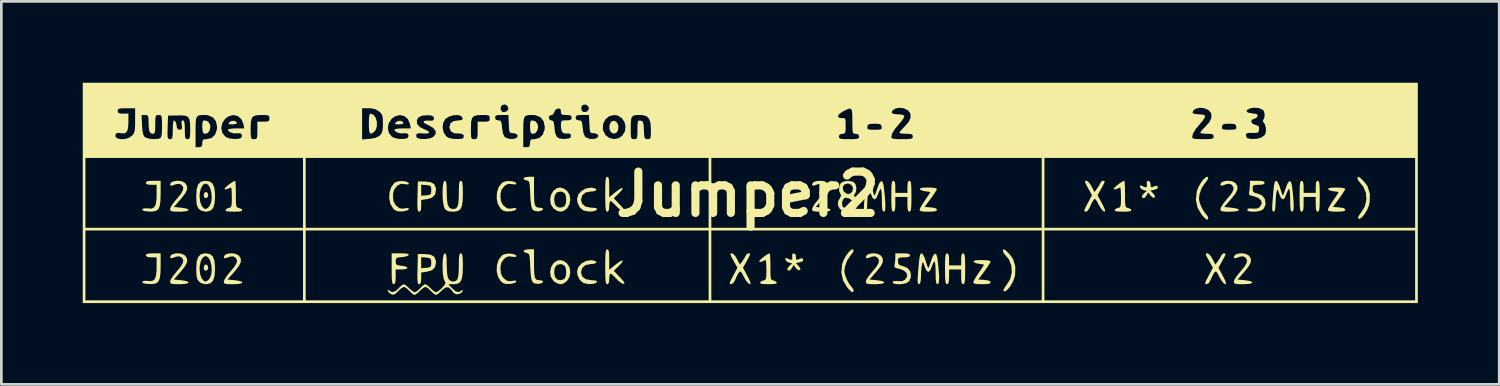
<source format=kicad_pcb>
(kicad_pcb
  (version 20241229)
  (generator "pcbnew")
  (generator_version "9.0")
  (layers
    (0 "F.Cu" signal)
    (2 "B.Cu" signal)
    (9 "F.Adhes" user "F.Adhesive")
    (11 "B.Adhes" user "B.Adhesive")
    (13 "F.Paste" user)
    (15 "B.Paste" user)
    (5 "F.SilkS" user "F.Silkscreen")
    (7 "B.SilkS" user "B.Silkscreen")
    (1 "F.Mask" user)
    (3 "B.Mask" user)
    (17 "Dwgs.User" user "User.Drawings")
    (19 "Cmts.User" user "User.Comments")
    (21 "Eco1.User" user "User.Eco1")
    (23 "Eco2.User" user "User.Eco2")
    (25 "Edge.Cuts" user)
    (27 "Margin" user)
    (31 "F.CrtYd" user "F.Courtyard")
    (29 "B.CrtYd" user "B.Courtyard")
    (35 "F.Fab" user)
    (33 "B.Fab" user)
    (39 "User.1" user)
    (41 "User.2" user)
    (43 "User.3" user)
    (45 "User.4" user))
  (footprint "Jumper2"
    (layer "F.Cu")
    (at 24.509 4.11)
    (property "Reference" "Jumper2" (at 0 0 0) (layer "F.SilkS") (effects (font (size 1.524 1.524) (thickness 0.3))))
    (attr board_only exclude_from_pos_files exclude_from_bom)
    (fp_poly (pts (xy -19.933 -0.076) (xy -19.888 -0.011) (xy -19.888 0.078) (xy -19.889 0.082) (xy -19.948 0.144) (xy -20.018 0.132) (xy -20.053 0.055) (xy -20.053 0.052) (xy -20.027 -0.044) (xy -19.998 -0.078)) (stroke (width 0) (type solid)) (fill yes) (layer "F.SilkS"))
    (fp_poly (pts (xy -19.933 2.598) (xy -19.888 2.662) (xy -19.888 2.752) (xy -19.889 2.756) (xy -19.948 2.817) (xy -20.018 2.806) (xy -20.053 2.729) (xy -20.053 2.726) (xy -20.027 2.629) (xy -19.998 2.596)) (stroke (width 0) (type solid)) (fill yes) (layer "F.SilkS"))
    (fp_poly (pts (xy -18.835 -2.654) (xy -18.827 -2.637) (xy -18.852 -2.592) (xy -18.968 -2.575) (xy -18.99 -2.575) (xy -19.105 -2.58) (xy -19.139 -2.603) (xy -19.11 -2.651) (xy -19.019 -2.705) (xy -18.912 -2.705)) (stroke (width 0) (type solid)) (fill yes) (layer "F.SilkS"))
    (fp_poly (pts (xy -12.696 -2.654) (xy -12.687 -2.637) (xy -12.712 -2.592) (xy -12.828 -2.575) (xy -12.85 -2.575) (xy -12.966 -2.58) (xy -12.999 -2.603) (xy -12.97 -2.651) (xy -12.879 -2.705) (xy -12.772 -2.705)) (stroke (width 0) (type solid)) (fill yes) (layer "F.SilkS"))
    (fp_poly (pts (xy -19.887 -2.681) (xy -19.816 -2.565) (xy -19.805 -2.476) (xy -19.834 -2.344) (xy -19.906 -2.254) (xy -19.997 -2.225) (xy -20.069 -2.261) (xy -20.089 -2.327) (xy -20.101 -2.453) (xy -20.102 -2.509) (xy -20.094 -2.646) (xy -20.064 -2.71) (xy -20.013 -2.723)) (stroke (width 0) (type solid)) (fill yes) (layer "F.SilkS"))
    (fp_poly (pts (xy -7.806 -2.681) (xy -7.735 -2.565) (xy -7.724 -2.476) (xy -7.753 -2.344) (xy -7.825 -2.254) (xy -7.916 -2.225) (xy -7.988 -2.261) (xy -8.008 -2.327) (xy -8.02 -2.453) (xy -8.021 -2.509) (xy -8.013 -2.646) (xy -7.983 -2.71) (xy -7.932 -2.723)) (stroke (width 0) (type solid)) (fill yes) (layer "F.SilkS"))
    (fp_poly (pts (xy -4.829 -2.664) (xy -4.77 -2.548) (xy -4.762 -2.505) (xy -4.775 -2.36) (xy -4.839 -2.264) (xy -4.933 -2.233) (xy -5.036 -2.283) (xy -5.04 -2.287) (xy -5.092 -2.398) (xy -5.091 -2.539) (xy -5.04 -2.658) (xy -5.021 -2.677) (xy -4.92 -2.712)) (stroke (width 0) (type solid)) (fill yes) (layer "F.SilkS"))
    (fp_poly (pts (xy -13.786 -2.927) (xy -13.709 -2.817) (xy -13.666 -2.667) (xy -13.665 -2.508) (xy -13.71 -2.368) (xy -13.756 -2.31) (xy -13.85 -2.24) (xy -13.911 -2.238) (xy -13.946 -2.312) (xy -13.961 -2.471) (xy -13.963 -2.599) (xy -13.958 -2.798) (xy -13.943 -2.914) (xy -13.914 -2.965) (xy -13.892 -2.971)) (stroke (width 0) (type solid)) (fill yes) (layer "F.SilkS"))
    (fp_poly (pts (xy -7.873 -0.153) (xy -7.87 0.112) (xy -7.86 0.293) (xy -7.836 0.406) (xy -7.795 0.467) (xy -7.73 0.491) (xy -7.665 0.495) (xy -7.561 0.514) (xy -7.538 0.558) (xy -7.591 0.605) (xy -7.707 0.634) (xy -7.858 0.614) (xy -7.926 0.564) (xy -7.969 0.457) (xy -7.998 0.252) (xy -8.013 -0.005) (xy -8.023 -0.228) (xy -8.035 -0.371) (xy -8.055 -0.452) (xy -8.087 -0.491) (xy -8.133 -0.505) (xy -8.239 -0.539) (xy -8.259 -0.586) (xy -8.199 -0.627) (xy -8.075 -0.644) (xy -7.873 -0.644)) (stroke (width 0) (type solid)) (fill yes) (layer "F.SilkS"))
    (fp_poly (pts (xy -7.873 2.521) (xy -7.87 2.786) (xy -7.86 2.967) (xy -7.836 3.08) (xy -7.795 3.141) (xy -7.73 3.165) (xy -7.665 3.169) (xy -7.561 3.188) (xy -7.538 3.231) (xy -7.591 3.278) (xy -7.707 3.307) (xy -7.858 3.288) (xy -7.926 3.238) (xy -7.969 3.131) (xy -7.998 2.926) (xy -8.013 2.669) (xy -8.023 2.446) (xy -8.035 2.303) (xy -8.055 2.221) (xy -8.087 2.183) (xy -8.133 2.169) (xy -8.239 2.134) (xy -8.259 2.088) (xy -8.199 2.047) (xy -8.075 2.03) (xy -7.873 2.03)) (stroke (width 0) (type solid)) (fill yes) (layer "F.SilkS"))
    (fp_poly (pts (xy 9.509 2.066) (xy 9.602 2.154) (xy 9.7 2.267) (xy 9.777 2.376) (xy 9.791 2.401) (xy 9.869 2.666) (xy 9.862 2.96) (xy 9.83 3.099) (xy 9.768 3.251) (xy 9.682 3.394) (xy 9.589 3.508) (xy 9.503 3.576) (xy 9.442 3.578) (xy 9.434 3.567) (xy 9.443 3.501) (xy 9.506 3.395) (xy 9.549 3.343) (xy 9.681 3.126) (xy 9.74 2.88) (xy 9.724 2.631) (xy 9.634 2.405) (xy 9.53 2.276) (xy 9.444 2.174) (xy 9.407 2.085) (xy 9.426 2.034) (xy 9.448 2.03)) (stroke (width 0) (type solid)) (fill yes) (layer "F.SilkS"))
    (fp_poly (pts (xy 22.581 -0.608) (xy 22.674 -0.52) (xy 22.771 -0.407) (xy 22.848 -0.298) (xy 22.862 -0.272) (xy 22.94 -0.008) (xy 22.933 0.286) (xy 22.901 0.425) (xy 22.839 0.577) (xy 22.754 0.72) (xy 22.66 0.835) (xy 22.575 0.902) (xy 22.514 0.904) (xy 22.505 0.894) (xy 22.515 0.827) (xy 22.578 0.722) (xy 22.62 0.669) (xy 22.753 0.452) (xy 22.811 0.206) (xy 22.795 -0.043) (xy 22.705 -0.269) (xy 22.601 -0.397) (xy 22.516 -0.499) (xy 22.479 -0.589) (xy 22.498 -0.64) (xy 22.519 -0.644)) (stroke (width 0) (type solid)) (fill yes) (layer "F.SilkS"))
    (fp_poly (pts (xy -21.637 -0.036) (xy -21.644 0.24) (xy -21.671 0.432) (xy -21.725 0.553) (xy -21.814 0.617) (xy -21.945 0.639) (xy -21.999 0.64) (xy -22.144 0.632) (xy -22.251 0.616) (xy -22.269 0.611) (xy -22.318 0.57) (xy -22.291 0.535) (xy -22.209 0.516) (xy -22.111 0.522) (xy -21.968 0.529) (xy -21.872 0.48) (xy -21.814 0.362) (xy -21.789 0.164) (xy -21.786 0.021) (xy -21.786 -0.347) (xy -21.984 -0.347) (xy -22.121 -0.359) (xy -22.178 -0.4) (xy -22.182 -0.421) (xy -22.157 -0.466) (xy -22.071 -0.489) (xy -21.909 -0.495) (xy -21.637 -0.495)) (stroke (width 0) (type solid)) (fill yes) (layer "F.SilkS"))
    (fp_poly (pts (xy -21.637 2.638) (xy -21.644 2.914) (xy -21.671 3.105) (xy -21.725 3.226) (xy -21.814 3.291) (xy -21.945 3.313) (xy -21.999 3.313) (xy -22.144 3.305) (xy -22.251 3.29) (xy -22.269 3.284) (xy -22.318 3.244) (xy -22.291 3.208) (xy -22.209 3.19) (xy -22.111 3.196) (xy -21.968 3.203) (xy -21.872 3.153) (xy -21.814 3.035) (xy -21.789 2.838) (xy -21.786 2.695) (xy -21.786 2.327) (xy -21.984 2.327) (xy -22.121 2.315) (xy -22.178 2.274) (xy -22.182 2.253) (xy -22.157 2.208) (xy -22.071 2.185) (xy -21.909 2.179) (xy -21.637 2.179)) (stroke (width 0) (type solid)) (fill yes) (layer "F.SilkS"))
    (fp_poly (pts (xy -5.648 -0.224) (xy -5.573 -0.182) (xy -5.584 -0.14) (xy -5.669 -0.109) (xy -5.788 -0.099) (xy -5.974 -0.063) (xy -6.094 0.04) (xy -6.14 0.199) (xy -6.14 0.207) (xy -6.097 0.356) (xy -5.975 0.454) (xy -5.783 0.495) (xy -5.752 0.495) (xy -5.625 0.505) (xy -5.552 0.528) (xy -5.545 0.539) (xy -5.589 0.598) (xy -5.698 0.631) (xy -5.843 0.638) (xy -5.993 0.615) (xy -6.072 0.586) (xy -6.19 0.48) (xy -6.268 0.316) (xy -6.288 0.178) (xy -6.243 0.016) (xy -6.125 -0.119) (xy -5.961 -0.211) (xy -5.774 -0.244)) (stroke (width 0) (type solid)) (fill yes) (layer "F.SilkS"))
    (fp_poly (pts (xy -5.648 2.45) (xy -5.573 2.492) (xy -5.584 2.534) (xy -5.669 2.565) (xy -5.788 2.575) (xy -5.974 2.611) (xy -6.094 2.714) (xy -6.14 2.873) (xy -6.14 2.88) (xy -6.097 3.029) (xy -5.975 3.128) (xy -5.783 3.168) (xy -5.752 3.169) (xy -5.625 3.178) (xy -5.552 3.202) (xy -5.545 3.213) (xy -5.589 3.271) (xy -5.698 3.305) (xy -5.843 3.312) (xy -5.993 3.289) (xy -6.072 3.259) (xy -6.19 3.154) (xy -6.268 2.99) (xy -6.288 2.851) (xy -6.243 2.69) (xy -6.125 2.555) (xy -5.961 2.463) (xy -5.774 2.43)) (stroke (width 0) (type solid)) (fill yes) (layer "F.SilkS"))
    (fp_poly (pts (xy 3.911 2.061) (xy 3.883 2.143) (xy 3.793 2.26) (xy 3.787 2.267) (xy 3.666 2.451) (xy 3.587 2.677) (xy 3.566 2.847) (xy 3.593 2.979) (xy 3.659 3.145) (xy 3.744 3.302) (xy 3.827 3.408) (xy 3.829 3.41) (xy 3.893 3.491) (xy 3.91 3.571) (xy 3.876 3.614) (xy 3.866 3.614) (xy 3.81 3.579) (xy 3.719 3.49) (xy 3.67 3.432) (xy 3.517 3.173) (xy 3.455 2.881) (xy 3.487 2.571) (xy 3.489 2.565) (xy 3.548 2.409) (xy 3.638 2.253) (xy 3.738 2.121) (xy 3.832 2.042) (xy 3.871 2.03)) (stroke (width 0) (type solid)) (fill yes) (layer "F.SilkS"))
    (fp_poly (pts (xy 16.982 -0.613) (xy 16.954 -0.531) (xy 16.865 -0.413) (xy 16.858 -0.406) (xy 16.738 -0.223) (xy 16.658 0.004) (xy 16.638 0.173) (xy 16.665 0.305) (xy 16.73 0.471) (xy 16.815 0.629) (xy 16.898 0.734) (xy 16.901 0.736) (xy 16.964 0.817) (xy 16.982 0.897) (xy 16.947 0.94) (xy 16.937 0.941) (xy 16.881 0.906) (xy 16.791 0.816) (xy 16.741 0.759) (xy 16.588 0.499) (xy 16.526 0.207) (xy 16.559 -0.103) (xy 16.56 -0.109) (xy 16.619 -0.264) (xy 16.709 -0.421) (xy 16.81 -0.552) (xy 16.903 -0.632) (xy 16.943 -0.644)) (stroke (width 0) (type solid)) (fill yes) (layer "F.SilkS"))
    (fp_poly (pts (xy -12.61 2.184) (xy -12.512 2.203) (xy -12.488 2.237) (xy -12.489 2.24) (xy -12.547 2.281) (xy -12.671 2.31) (xy -12.741 2.317) (xy -12.882 2.331) (xy -12.949 2.36) (xy -12.971 2.423) (xy -12.972 2.475) (xy -12.963 2.567) (xy -12.918 2.611) (xy -12.809 2.63) (xy -12.766 2.634) (xy -12.61 2.66) (xy -12.539 2.701) (xy -12.556 2.742) (xy -12.662 2.769) (xy -12.745 2.773) (xy -12.972 2.773) (xy -12.972 3.045) (xy -12.979 3.209) (xy -13.002 3.294) (xy -13.047 3.317) (xy -13.079 3.302) (xy -13.101 3.246) (xy -13.114 3.134) (xy -13.12 2.951) (xy -13.121 2.748) (xy -13.121 2.179) (xy -12.795 2.179)) (stroke (width 0) (type solid)) (fill yes) (layer "F.SilkS"))
    (fp_poly (pts (xy -11.89 -0.468) (xy -11.682 -0.444) (xy -11.554 -0.372) (xy -11.494 -0.242) (xy -11.487 -0.149) (xy -11.524 0.02) (xy -11.637 0.129) (xy -11.823 0.183) (xy -12.032 0.211) (xy -12.032 0.427) (xy -12.041 0.571) (xy -12.076 0.635) (xy -12.107 0.644) (xy -12.141 0.63) (xy -12.161 0.58) (xy -12.172 0.476) (xy -12.174 0.304) (xy -12.169 0.087) (xy -12.158 -0.353) (xy -12.032 -0.353) (xy -12.032 0.055) (xy -11.846 0.04) (xy -11.724 0.023) (xy -11.672 -0.021) (xy -11.66 -0.122) (xy -11.66 -0.149) (xy -11.668 -0.263) (xy -11.711 -0.315) (xy -11.818 -0.335) (xy -11.846 -0.337) (xy -12.032 -0.353) (xy -12.158 -0.353) (xy -12.155 -0.47)) (stroke (width 0) (type solid)) (fill yes) (layer "F.SilkS"))
    (fp_poly (pts (xy -11.89 2.206) (xy -11.682 2.229) (xy -11.554 2.302) (xy -11.494 2.431) (xy -11.487 2.525) (xy -11.524 2.693) (xy -11.637 2.803) (xy -11.823 2.857) (xy -12.032 2.885) (xy -12.032 3.101) (xy -12.041 3.245) (xy -12.076 3.309) (xy -12.107 3.317) (xy -12.141 3.304) (xy -12.161 3.254) (xy -12.172 3.15) (xy -12.174 2.978) (xy -12.169 2.76) (xy -12.158 2.321) (xy -12.032 2.321) (xy -12.032 2.729) (xy -11.846 2.714) (xy -11.724 2.697) (xy -11.672 2.652) (xy -11.66 2.552) (xy -11.66 2.525) (xy -11.668 2.411) (xy -11.711 2.359) (xy -11.818 2.339) (xy -11.846 2.336) (xy -12.032 2.321) (xy -12.158 2.321) (xy -12.155 2.203)) (stroke (width 0) (type solid)) (fill yes) (layer "F.SilkS"))
    (fp_poly (pts (xy -12.578 -0.464) (xy -12.497 -0.42) (xy -12.488 -0.405) (xy -12.497 -0.365) (xy -12.575 -0.362) (xy -12.643 -0.373) (xy -12.78 -0.383) (xy -12.882 -0.336) (xy -12.945 -0.28) (xy -13.032 -0.164) (xy -13.068 -0.023) (xy -13.071 0.074) (xy -13.056 0.246) (xy -12.997 0.369) (xy -12.945 0.428) (xy -12.837 0.514) (xy -12.726 0.533) (xy -12.643 0.522) (xy -12.525 0.508) (xy -12.485 0.53) (xy -12.488 0.554) (xy -12.549 0.598) (xy -12.677 0.628) (xy -12.73 0.634) (xy -12.886 0.632) (xy -12.992 0.592) (xy -13.068 0.524) (xy -13.168 0.357) (xy -13.211 0.151) (xy -13.2 -0.064) (xy -13.137 -0.26) (xy -13.026 -0.408) (xy -12.97 -0.447) (xy -12.852 -0.481) (xy -12.709 -0.485)) (stroke (width 0) (type solid)) (fill yes) (layer "F.SilkS"))
    (fp_poly (pts (xy -8.617 -0.464) (xy -8.536 -0.42) (xy -8.527 -0.405) (xy -8.536 -0.365) (xy -8.614 -0.362) (xy -8.682 -0.373) (xy -8.819 -0.383) (xy -8.921 -0.336) (xy -8.984 -0.28) (xy -9.071 -0.164) (xy -9.106 -0.023) (xy -9.11 0.074) (xy -9.094 0.246) (xy -9.036 0.369) (xy -8.984 0.428) (xy -8.876 0.514) (xy -8.765 0.533) (xy -8.682 0.522) (xy -8.564 0.508) (xy -8.524 0.53) (xy -8.527 0.554) (xy -8.587 0.598) (xy -8.716 0.628) (xy -8.769 0.634) (xy -8.925 0.632) (xy -9.031 0.592) (xy -9.107 0.524) (xy -9.207 0.357) (xy -9.25 0.151) (xy -9.239 -0.064) (xy -9.176 -0.26) (xy -9.065 -0.408) (xy -9.009 -0.447) (xy -8.891 -0.481) (xy -8.748 -0.485)) (stroke (width 0) (type solid)) (fill yes) (layer "F.SilkS"))
    (fp_poly (pts (xy -8.617 2.21) (xy -8.536 2.253) (xy -8.527 2.268) (xy -8.536 2.308) (xy -8.614 2.311) (xy -8.682 2.301) (xy -8.819 2.291) (xy -8.921 2.338) (xy -8.984 2.394) (xy -9.071 2.51) (xy -9.106 2.65) (xy -9.11 2.748) (xy -9.094 2.92) (xy -9.036 3.043) (xy -8.984 3.102) (xy -8.876 3.187) (xy -8.765 3.207) (xy -8.682 3.195) (xy -8.564 3.182) (xy -8.524 3.203) (xy -8.527 3.227) (xy -8.587 3.272) (xy -8.716 3.302) (xy -8.769 3.307) (xy -8.925 3.306) (xy -9.031 3.266) (xy -9.107 3.197) (xy -9.207 3.03) (xy -9.25 2.825) (xy -9.239 2.61) (xy -9.176 2.413) (xy -9.065 2.266) (xy -9.009 2.227) (xy -8.891 2.193) (xy -8.748 2.188)) (stroke (width 0) (type solid)) (fill yes) (layer "F.SilkS"))
    (fp_poly (pts (xy -6.784 -0.213) (xy -6.661 -0.13) (xy -6.657 -0.126) (xy -6.561 0.027) (xy -6.535 0.202) (xy -6.568 0.376) (xy -6.655 0.524) (xy -6.787 0.62) (xy -6.907 0.644) (xy -7.03 0.609) (xy -7.153 0.526) (xy -7.157 0.522) (xy -7.253 0.37) (xy -7.279 0.198) (xy -7.13 0.198) (xy -7.102 0.375) (xy -7.017 0.472) (xy -6.907 0.495) (xy -6.793 0.468) (xy -6.744 0.436) (xy -6.7 0.338) (xy -6.686 0.194) (xy -6.702 0.051) (xy -6.744 -0.04) (xy -6.84 -0.089) (xy -6.907 -0.099) (xy -7.039 -0.062) (xy -7.112 0.052) (xy -7.13 0.198) (xy -7.279 0.198) (xy -7.279 0.194) (xy -7.246 0.02) (xy -7.159 -0.128) (xy -7.027 -0.224) (xy -6.907 -0.248)) (stroke (width 0) (type solid)) (fill yes) (layer "F.SilkS"))
    (fp_poly (pts (xy -6.784 2.46) (xy -6.661 2.543) (xy -6.657 2.548) (xy -6.561 2.7) (xy -6.535 2.876) (xy -6.568 3.05) (xy -6.655 3.197) (xy -6.787 3.294) (xy -6.907 3.317) (xy -7.03 3.283) (xy -7.153 3.2) (xy -7.157 3.196) (xy -7.253 3.043) (xy -7.279 2.872) (xy -7.13 2.872) (xy -7.102 3.048) (xy -7.017 3.146) (xy -6.907 3.169) (xy -6.793 3.142) (xy -6.744 3.109) (xy -6.7 3.012) (xy -6.686 2.867) (xy -6.702 2.724) (xy -6.744 2.634) (xy -6.84 2.584) (xy -6.907 2.575) (xy -7.039 2.612) (xy -7.112 2.725) (xy -7.13 2.872) (xy -7.279 2.872) (xy -7.279 2.868) (xy -7.246 2.694) (xy -7.159 2.546) (xy -7.027 2.45) (xy -6.907 2.426)) (stroke (width 0) (type solid)) (fill yes) (layer "F.SilkS"))
    (fp_poly (pts (xy -20.859 -0.478) (xy -20.746 -0.421) (xy -20.729 -0.405) (xy -20.662 -0.296) (xy -20.661 -0.177) (xy -20.731 -0.032) (xy -20.874 0.155) (xy -20.899 0.183) (xy -21.151 0.47) (xy -20.89 0.495) (xy -20.703 0.524) (xy -20.612 0.561) (xy -20.613 0.598) (xy -20.704 0.628) (xy -20.884 0.643) (xy -20.94 0.644) (xy -21.123 0.641) (xy -21.229 0.629) (xy -21.277 0.602) (xy -21.29 0.554) (xy -21.29 0.545) (xy -21.259 0.462) (xy -21.175 0.334) (xy -21.056 0.188) (xy -21.043 0.173) (xy -20.889 -0.013) (xy -20.812 -0.155) (xy -20.807 -0.262) (xy -20.869 -0.346) (xy -20.95 -0.384) (xy -21.062 -0.373) (xy -21.204 -0.322) (xy -21.276 -0.317) (xy -21.29 -0.361) (xy -21.248 -0.437) (xy -21.141 -0.483) (xy -21.001 -0.498)) (stroke (width 0) (type solid)) (fill yes) (layer "F.SilkS"))
    (fp_poly (pts (xy -20.859 2.196) (xy -20.746 2.253) (xy -20.729 2.269) (xy -20.662 2.377) (xy -20.661 2.497) (xy -20.731 2.642) (xy -20.874 2.828) (xy -20.899 2.856) (xy -21.151 3.144) (xy -20.89 3.169) (xy -20.703 3.198) (xy -20.612 3.234) (xy -20.613 3.271) (xy -20.704 3.301) (xy -20.884 3.317) (xy -20.94 3.317) (xy -21.123 3.315) (xy -21.229 3.303) (xy -21.277 3.276) (xy -21.29 3.228) (xy -21.29 3.219) (xy -21.259 3.136) (xy -21.175 3.008) (xy -21.056 2.862) (xy -21.043 2.847) (xy -20.889 2.66) (xy -20.812 2.519) (xy -20.807 2.412) (xy -20.869 2.327) (xy -20.95 2.289) (xy -21.062 2.301) (xy -21.204 2.352) (xy -21.276 2.357) (xy -21.29 2.313) (xy -21.248 2.237) (xy -21.141 2.191) (xy -21.001 2.176)) (stroke (width 0) (type solid)) (fill yes) (layer "F.SilkS"))
    (fp_poly (pts (xy -18.879 2.196) (xy -18.765 2.253) (xy -18.748 2.269) (xy -18.682 2.377) (xy -18.681 2.497) (xy -18.75 2.642) (xy -18.894 2.828) (xy -18.918 2.856) (xy -19.171 3.144) (xy -18.91 3.169) (xy -18.723 3.198) (xy -18.631 3.234) (xy -18.632 3.271) (xy -18.724 3.301) (xy -18.903 3.317) (xy -18.959 3.317) (xy -19.143 3.315) (xy -19.248 3.303) (xy -19.297 3.276) (xy -19.31 3.228) (xy -19.31 3.219) (xy -19.278 3.136) (xy -19.194 3.008) (xy -19.076 2.862) (xy -19.062 2.847) (xy -18.909 2.66) (xy -18.831 2.519) (xy -18.827 2.412) (xy -18.889 2.327) (xy -18.969 2.289) (xy -19.081 2.301) (xy -19.223 2.352) (xy -19.295 2.357) (xy -19.31 2.313) (xy -19.267 2.237) (xy -19.161 2.191) (xy -19.021 2.176)) (stroke (width 0) (type solid)) (fill yes) (layer "F.SilkS"))
    (fp_poly (pts (xy 2.808 -0.478) (xy 2.921 -0.421) (xy 2.938 -0.405) (xy 3.005 -0.296) (xy 3.006 -0.177) (xy 2.936 -0.032) (xy 2.793 0.155) (xy 2.768 0.183) (xy 2.516 0.47) (xy 2.777 0.495) (xy 2.964 0.524) (xy 3.055 0.561) (xy 3.054 0.598) (xy 2.963 0.628) (xy 2.783 0.643) (xy 2.727 0.644) (xy 2.544 0.641) (xy 2.438 0.629) (xy 2.39 0.602) (xy 2.377 0.554) (xy 2.377 0.545) (xy 2.408 0.462) (xy 2.492 0.334) (xy 2.611 0.188) (xy 2.624 0.173) (xy 2.778 -0.013) (xy 2.855 -0.155) (xy 2.86 -0.262) (xy 2.798 -0.346) (xy 2.717 -0.384) (xy 2.605 -0.373) (xy 2.463 -0.322) (xy 2.391 -0.317) (xy 2.377 -0.361) (xy 2.419 -0.437) (xy 2.526 -0.483) (xy 2.666 -0.498)) (stroke (width 0) (type solid)) (fill yes) (layer "F.SilkS"))
    (fp_poly (pts (xy 4.788 2.196) (xy 4.902 2.253) (xy 4.919 2.269) (xy 4.985 2.377) (xy 4.986 2.497) (xy 4.917 2.642) (xy 4.773 2.828) (xy 4.749 2.856) (xy 4.497 3.144) (xy 4.757 3.169) (xy 4.944 3.198) (xy 5.036 3.234) (xy 5.035 3.271) (xy 4.943 3.301) (xy 4.764 3.317) (xy 4.708 3.317) (xy 4.524 3.315) (xy 4.419 3.303) (xy 4.37 3.276) (xy 4.357 3.228) (xy 4.357 3.219) (xy 4.389 3.136) (xy 4.473 3.008) (xy 4.591 2.862) (xy 4.605 2.847) (xy 4.758 2.66) (xy 4.836 2.519) (xy 4.84 2.412) (xy 4.778 2.327) (xy 4.698 2.289) (xy 4.586 2.301) (xy 4.444 2.352) (xy 4.372 2.357) (xy 4.357 2.313) (xy 4.4 2.237) (xy 4.506 2.191) (xy 4.646 2.176)) (stroke (width 0) (type solid)) (fill yes) (layer "F.SilkS"))
    (fp_poly (pts (xy 17.86 -0.478) (xy 17.973 -0.421) (xy 17.99 -0.405) (xy 18.057 -0.296) (xy 18.058 -0.177) (xy 17.988 -0.032) (xy 17.844 0.155) (xy 17.82 0.183) (xy 17.568 0.47) (xy 17.829 0.495) (xy 18.016 0.524) (xy 18.107 0.561) (xy 18.106 0.598) (xy 18.014 0.628) (xy 17.835 0.643) (xy 17.779 0.644) (xy 17.596 0.641) (xy 17.49 0.629) (xy 17.441 0.602) (xy 17.429 0.554) (xy 17.428 0.545) (xy 17.46 0.462) (xy 17.544 0.334) (xy 17.663 0.188) (xy 17.676 0.173) (xy 17.83 -0.013) (xy 17.907 -0.155) (xy 17.912 -0.262) (xy 17.85 -0.346) (xy 17.769 -0.384) (xy 17.657 -0.373) (xy 17.515 -0.322) (xy 17.443 -0.317) (xy 17.428 -0.361) (xy 17.471 -0.437) (xy 17.578 -0.483) (xy 17.718 -0.498)) (stroke (width 0) (type solid)) (fill yes) (layer "F.SilkS"))
    (fp_poly (pts (xy 18.355 2.196) (xy 18.468 2.253) (xy 18.485 2.269) (xy 18.552 2.377) (xy 18.553 2.497) (xy 18.483 2.642) (xy 18.34 2.828) (xy 18.315 2.856) (xy 18.063 3.144) (xy 18.324 3.169) (xy 18.511 3.198) (xy 18.602 3.234) (xy 18.601 3.271) (xy 18.51 3.301) (xy 18.33 3.317) (xy 18.274 3.317) (xy 18.091 3.315) (xy 17.985 3.303) (xy 17.937 3.276) (xy 17.924 3.228) (xy 17.924 3.219) (xy 17.955 3.136) (xy 18.039 3.008) (xy 18.158 2.862) (xy 18.171 2.847) (xy 18.325 2.66) (xy 18.402 2.519) (xy 18.407 2.412) (xy 18.345 2.327) (xy 18.264 2.289) (xy 18.152 2.301) (xy 18.01 2.352) (xy 17.938 2.357) (xy 17.924 2.313) (xy 17.966 2.237) (xy 18.073 2.191) (xy 18.213 2.176)) (stroke (width 0) (type solid)) (fill yes) (layer "F.SilkS"))
    (fp_poly (pts (xy 1.768 2.221) (xy 1.782 2.302) (xy 1.792 2.4) (xy 1.837 2.419) (xy 1.929 2.378) (xy 2.011 2.357) (xy 2.049 2.404) (xy 2.039 2.466) (xy 1.943 2.505) (xy 1.928 2.508) (xy 1.778 2.538) (xy 1.883 2.65) (xy 1.949 2.74) (xy 1.937 2.793) (xy 1.928 2.799) (xy 1.855 2.792) (xy 1.782 2.722) (xy 1.696 2.608) (xy 1.638 2.715) (xy 1.564 2.808) (xy 1.493 2.811) (xy 1.465 2.779) (xy 1.478 2.719) (xy 1.541 2.644) (xy 1.643 2.551) (xy 1.528 2.523) (xy 1.431 2.469) (xy 1.395 2.407) (xy 1.395 2.348) (xy 1.448 2.357) (xy 1.478 2.373) (xy 1.595 2.421) (xy 1.648 2.399) (xy 1.646 2.304) (xy 1.646 2.302) (xy 1.646 2.206) (xy 1.702 2.179) (xy 1.702 2.179)) (stroke (width 0) (type solid)) (fill yes) (layer "F.SilkS"))
    (fp_poly (pts (xy 5.999 -0.48) (xy 6.021 -0.424) (xy 6.033 -0.312) (xy 6.039 -0.128) (xy 6.041 0.074) (xy 6.039 0.324) (xy 6.031 0.491) (xy 6.017 0.589) (xy 5.993 0.635) (xy 5.966 0.644) (xy 5.921 0.619) (xy 5.898 0.533) (xy 5.892 0.371) (xy 5.892 0.099) (xy 5.446 0.099) (xy 5.446 0.371) (xy 5.44 0.536) (xy 5.416 0.62) (xy 5.372 0.644) (xy 5.34 0.628) (xy 5.318 0.573) (xy 5.305 0.461) (xy 5.299 0.277) (xy 5.298 0.074) (xy 5.3 -0.176) (xy 5.307 -0.342) (xy 5.322 -0.441) (xy 5.346 -0.486) (xy 5.372 -0.495) (xy 5.421 -0.466) (xy 5.443 -0.367) (xy 5.446 -0.272) (xy 5.446 -0.05) (xy 5.892 -0.05) (xy 5.892 -0.272) (xy 5.902 -0.419) (xy 5.935 -0.486) (xy 5.966 -0.495)) (stroke (width 0) (type solid)) (fill yes) (layer "F.SilkS"))
    (fp_poly (pts (xy 6.825 -0.241) (xy 6.941 -0.222) (xy 6.981 -0.198) (xy 6.954 -0.137) (xy 6.88 -0.021) (xy 6.776 0.129) (xy 6.753 0.161) (xy 6.525 0.47) (xy 6.753 0.485) (xy 6.909 0.508) (xy 6.977 0.551) (xy 6.981 0.572) (xy 6.957 0.613) (xy 6.874 0.635) (xy 6.713 0.643) (xy 6.659 0.644) (xy 6.472 0.637) (xy 6.369 0.616) (xy 6.338 0.578) (xy 6.338 0.578) (xy 6.365 0.506) (xy 6.435 0.382) (xy 6.534 0.231) (xy 6.536 0.229) (xy 6.634 0.086) (xy 6.705 -0.022) (xy 6.734 -0.073) (xy 6.734 -0.073) (xy 6.69 -0.09) (xy 6.582 -0.106) (xy 6.552 -0.108) (xy 6.428 -0.134) (xy 6.355 -0.176) (xy 6.35 -0.186) (xy 6.368 -0.221) (xy 6.459 -0.241) (xy 6.635 -0.248) (xy 6.655 -0.248)) (stroke (width 0) (type solid)) (fill yes) (layer "F.SilkS"))
    (fp_poly (pts (xy 7.979 2.194) (xy 8.001 2.25) (xy 8.014 2.362) (xy 8.02 2.545) (xy 8.021 2.748) (xy 8.019 2.998) (xy 8.012 3.164) (xy 7.997 3.263) (xy 7.973 3.308) (xy 7.947 3.317) (xy 7.902 3.293) (xy 7.879 3.207) (xy 7.873 3.045) (xy 7.873 2.773) (xy 7.427 2.773) (xy 7.427 3.045) (xy 7.42 3.209) (xy 7.397 3.294) (xy 7.353 3.317) (xy 7.32 3.302) (xy 7.298 3.246) (xy 7.285 3.134) (xy 7.28 2.951) (xy 7.278 2.748) (xy 7.28 2.498) (xy 7.288 2.331) (xy 7.302 2.233) (xy 7.326 2.187) (xy 7.353 2.179) (xy 7.402 2.208) (xy 7.424 2.307) (xy 7.427 2.401) (xy 7.427 2.624) (xy 7.873 2.624) (xy 7.873 2.401) (xy 7.882 2.255) (xy 7.915 2.188) (xy 7.947 2.179)) (stroke (width 0) (type solid)) (fill yes) (layer "F.SilkS"))
    (fp_poly (pts (xy 8.805 2.433) (xy 8.922 2.451) (xy 8.962 2.475) (xy 8.934 2.536) (xy 8.861 2.653) (xy 8.757 2.802) (xy 8.734 2.834) (xy 8.505 3.144) (xy 8.734 3.159) (xy 8.889 3.182) (xy 8.957 3.225) (xy 8.962 3.246) (xy 8.938 3.286) (xy 8.854 3.309) (xy 8.694 3.317) (xy 8.64 3.317) (xy 8.453 3.311) (xy 8.35 3.29) (xy 8.318 3.252) (xy 8.318 3.251) (xy 8.345 3.18) (xy 8.416 3.055) (xy 8.515 2.905) (xy 8.516 2.903) (xy 8.614 2.76) (xy 8.685 2.652) (xy 8.714 2.601) (xy 8.714 2.6) (xy 8.671 2.584) (xy 8.563 2.568) (xy 8.532 2.565) (xy 8.408 2.54) (xy 8.335 2.497) (xy 8.33 2.488) (xy 8.348 2.453) (xy 8.439 2.433) (xy 8.615 2.426) (xy 8.636 2.426)) (stroke (width 0) (type solid)) (fill yes) (layer "F.SilkS"))
    (fp_poly (pts (xy 14.839 -0.453) (xy 14.854 -0.371) (xy 14.863 -0.273) (xy 14.908 -0.255) (xy 15.001 -0.296) (xy 15.082 -0.316) (xy 15.12 -0.27) (xy 15.11 -0.208) (xy 15.015 -0.169) (xy 14.999 -0.165) (xy 14.849 -0.135) (xy 14.954 -0.023) (xy 15.02 0.066) (xy 15.008 0.12) (xy 14.999 0.126) (xy 14.927 0.118) (xy 14.853 0.049) (xy 14.767 -0.066) (xy 14.71 0.041) (xy 14.635 0.134) (xy 14.564 0.137) (xy 14.536 0.106) (xy 14.549 0.045) (xy 14.612 -0.03) (xy 14.715 -0.123) (xy 14.599 -0.15) (xy 14.502 -0.205) (xy 14.466 -0.266) (xy 14.466 -0.326) (xy 14.519 -0.316) (xy 14.549 -0.301) (xy 14.666 -0.253) (xy 14.719 -0.274) (xy 14.718 -0.369) (xy 14.717 -0.371) (xy 14.717 -0.467) (xy 14.774 -0.495) (xy 14.774 -0.495)) (stroke (width 0) (type solid)) (fill yes) (layer "F.SilkS"))
    (fp_poly (pts (xy 21.051 -0.48) (xy 21.072 -0.424) (xy 21.085 -0.312) (xy 21.091 -0.128) (xy 21.092 0.074) (xy 21.09 0.324) (xy 21.083 0.491) (xy 21.069 0.589) (xy 21.045 0.635) (xy 21.018 0.644) (xy 20.973 0.619) (xy 20.95 0.533) (xy 20.944 0.371) (xy 20.944 0.099) (xy 20.498 0.099) (xy 20.498 0.371) (xy 20.492 0.536) (xy 20.468 0.62) (xy 20.424 0.644) (xy 20.391 0.628) (xy 20.37 0.573) (xy 20.357 0.461) (xy 20.351 0.277) (xy 20.35 0.074) (xy 20.352 -0.176) (xy 20.359 -0.342) (xy 20.374 -0.441) (xy 20.398 -0.486) (xy 20.424 -0.495) (xy 20.473 -0.466) (xy 20.495 -0.367) (xy 20.498 -0.272) (xy 20.498 -0.05) (xy 20.944 -0.05) (xy 20.944 -0.272) (xy 20.954 -0.419) (xy 20.987 -0.486) (xy 21.018 -0.495)) (stroke (width 0) (type solid)) (fill yes) (layer "F.SilkS"))
    (fp_poly (pts (xy 21.876 -0.241) (xy 21.993 -0.222) (xy 22.033 -0.198) (xy 22.006 -0.137) (xy 21.932 -0.021) (xy 21.828 0.129) (xy 21.805 0.161) (xy 21.577 0.47) (xy 21.805 0.485) (xy 21.961 0.508) (xy 22.028 0.551) (xy 22.033 0.572) (xy 22.009 0.613) (xy 21.926 0.635) (xy 21.765 0.643) (xy 21.711 0.644) (xy 21.524 0.637) (xy 21.421 0.616) (xy 21.389 0.578) (xy 21.389 0.578) (xy 21.416 0.506) (xy 21.487 0.382) (xy 21.586 0.231) (xy 21.588 0.229) (xy 21.686 0.086) (xy 21.757 -0.022) (xy 21.785 -0.073) (xy 21.786 -0.073) (xy 21.742 -0.09) (xy 21.634 -0.106) (xy 21.604 -0.108) (xy 21.48 -0.134) (xy 21.406 -0.176) (xy 21.402 -0.186) (xy 21.42 -0.221) (xy 21.511 -0.241) (xy 21.687 -0.248) (xy 21.707 -0.248)) (stroke (width 0) (type solid)) (fill yes) (layer "F.SilkS"))
    (fp_poly (pts (xy -19.822 -0.469) (xy -19.717 -0.383) (xy -19.656 -0.227) (xy -19.633 0.01) (xy -19.632 0.074) (xy -19.648 0.331) (xy -19.7 0.504) (xy -19.795 0.604) (xy -19.939 0.642) (xy -19.978 0.644) (xy -20.146 0.603) (xy -20.231 0.539) (xy -20.283 0.458) (xy -20.313 0.342) (xy -20.324 0.165) (xy -20.325 0.074) (xy -20.201 0.074) (xy -20.18 0.277) (xy -20.121 0.435) (xy -20.036 0.529) (xy -19.978 0.545) (xy -19.901 0.508) (xy -19.833 0.435) (xy -19.773 0.294) (xy -19.753 0.12) (xy -19.768 -0.062) (xy -19.812 -0.226) (xy -19.882 -0.346) (xy -19.972 -0.396) (xy -19.978 -0.396) (xy -20.074 -0.35) (xy -20.149 -0.227) (xy -20.194 -0.048) (xy -20.201 0.074) (xy -20.325 0.074) (xy -20.309 -0.182) (xy -20.257 -0.355) (xy -20.162 -0.456) (xy -20.018 -0.494) (xy -19.978 -0.495)) (stroke (width 0) (type solid)) (fill yes) (layer "F.SilkS"))
    (fp_poly (pts (xy -19.822 2.205) (xy -19.717 2.29) (xy -19.656 2.446) (xy -19.633 2.684) (xy -19.632 2.748) (xy -19.648 3.005) (xy -19.7 3.178) (xy -19.795 3.278) (xy -19.939 3.316) (xy -19.978 3.317) (xy -20.146 3.277) (xy -20.231 3.213) (xy -20.283 3.132) (xy -20.313 3.016) (xy -20.324 2.838) (xy -20.325 2.748) (xy -20.201 2.748) (xy -20.18 2.951) (xy -20.121 3.109) (xy -20.036 3.202) (xy -19.978 3.218) (xy -19.901 3.181) (xy -19.833 3.108) (xy -19.773 2.968) (xy -19.753 2.794) (xy -19.768 2.612) (xy -19.812 2.448) (xy -19.882 2.328) (xy -19.972 2.278) (xy -19.978 2.278) (xy -20.074 2.323) (xy -20.149 2.446) (xy -20.194 2.626) (xy -20.201 2.748) (xy -20.325 2.748) (xy -20.309 2.491) (xy -20.257 2.318) (xy -20.162 2.218) (xy -20.018 2.18) (xy -19.978 2.179)) (stroke (width 0) (type solid)) (fill yes) (layer "F.SilkS"))
    (fp_poly (pts (xy -18.879 -0.449) (xy -18.871 -0.325) (xy -18.865 -0.144) (xy -18.864 -0.003) (xy -18.863 0.221) (xy -18.857 0.365) (xy -18.841 0.448) (xy -18.812 0.487) (xy -18.767 0.503) (xy -18.757 0.504) (xy -18.662 0.542) (xy -18.629 0.582) (xy -18.647 0.617) (xy -18.737 0.637) (xy -18.913 0.644) (xy -18.939 0.644) (xy -19.124 0.638) (xy -19.224 0.62) (xy -19.25 0.587) (xy -19.248 0.582) (xy -19.188 0.526) (xy -19.12 0.504) (xy -19.065 0.488) (xy -19.033 0.445) (xy -19.018 0.355) (xy -19.013 0.194) (xy -19.013 0.12) (xy -19.016 -0.056) (xy -19.025 -0.187) (xy -19.038 -0.246) (xy -19.041 -0.248) (xy -19.102 -0.227) (xy -19.162 -0.198) (xy -19.248 -0.175) (xy -19.281 -0.192) (xy -19.258 -0.236) (xy -19.179 -0.311) (xy -19.073 -0.394) (xy -18.969 -0.463) (xy -18.895 -0.495) (xy -18.89 -0.495)) (stroke (width 0) (type solid)) (fill yes) (layer "F.SilkS"))
    (fp_poly (pts (xy -5.135 -0.624) (xy -5.112 -0.555) (xy -5.102 -0.417) (xy -5.1 -0.266) (xy -5.1 0.111) (xy -4.876 -0.072) (xy -4.728 -0.182) (xy -4.633 -0.231) (xy -4.599 -0.221) (xy -4.633 -0.155) (xy -4.742 -0.036) (xy -4.933 0.15) (xy -4.708 0.384) (xy -4.59 0.515) (xy -4.54 0.592) (xy -4.55 0.629) (xy -4.567 0.634) (xy -4.646 0.608) (xy -4.759 0.521) (xy -4.831 0.449) (xy -4.939 0.337) (xy -5.024 0.264) (xy -5.056 0.248) (xy -5.083 0.292) (xy -5.099 0.401) (xy -5.1 0.446) (xy -5.112 0.583) (xy -5.153 0.64) (xy -5.174 0.644) (xy -5.205 0.629) (xy -5.226 0.577) (xy -5.239 0.471) (xy -5.246 0.297) (xy -5.248 0.041) (xy -5.248 0) (xy -5.247 -0.268) (xy -5.241 -0.452) (xy -5.228 -0.566) (xy -5.208 -0.625) (xy -5.179 -0.643) (xy -5.174 -0.644)) (stroke (width 0) (type solid)) (fill yes) (layer "F.SilkS"))
    (fp_poly (pts (xy -5.135 2.049) (xy -5.112 2.119) (xy -5.102 2.257) (xy -5.1 2.407) (xy -5.1 2.785) (xy -4.876 2.601) (xy -4.728 2.492) (xy -4.633 2.443) (xy -4.599 2.452) (xy -4.633 2.519) (xy -4.742 2.638) (xy -4.933 2.824) (xy -4.708 3.058) (xy -4.59 3.189) (xy -4.54 3.266) (xy -4.55 3.303) (xy -4.567 3.308) (xy -4.646 3.282) (xy -4.759 3.195) (xy -4.831 3.122) (xy -4.939 3.011) (xy -5.024 2.938) (xy -5.056 2.921) (xy -5.083 2.965) (xy -5.099 3.075) (xy -5.1 3.119) (xy -5.112 3.257) (xy -5.153 3.314) (xy -5.174 3.317) (xy -5.205 3.303) (xy -5.226 3.25) (xy -5.239 3.144) (xy -5.246 2.971) (xy -5.248 2.715) (xy -5.248 2.674) (xy -5.247 2.406) (xy -5.241 2.222) (xy -5.228 2.108) (xy -5.208 2.049) (xy -5.179 2.03) (xy -5.174 2.03)) (stroke (width 0) (type solid)) (fill yes) (layer "F.SilkS"))
    (fp_poly (pts (xy 0.827 2.225) (xy 0.835 2.349) (xy 0.841 2.529) (xy 0.842 2.67) (xy 0.843 2.895) (xy 0.849 3.039) (xy 0.865 3.121) (xy 0.894 3.161) (xy 0.939 3.176) (xy 0.949 3.178) (xy 1.044 3.216) (xy 1.077 3.255) (xy 1.059 3.291) (xy 0.969 3.31) (xy 0.793 3.317) (xy 0.767 3.317) (xy 0.582 3.312) (xy 0.482 3.294) (xy 0.456 3.26) (xy 0.458 3.255) (xy 0.518 3.199) (xy 0.586 3.178) (xy 0.641 3.162) (xy 0.673 3.119) (xy 0.688 3.028) (xy 0.693 2.868) (xy 0.693 2.794) (xy 0.69 2.617) (xy 0.681 2.487) (xy 0.668 2.427) (xy 0.665 2.426) (xy 0.604 2.447) (xy 0.544 2.476) (xy 0.459 2.498) (xy 0.425 2.482) (xy 0.448 2.437) (xy 0.527 2.363) (xy 0.633 2.28) (xy 0.737 2.211) (xy 0.811 2.179) (xy 0.816 2.179)) (stroke (width 0) (type solid)) (fill yes) (layer "F.SilkS"))
    (fp_poly (pts (xy 13.898 -0.449) (xy 13.907 -0.325) (xy 13.912 -0.144) (xy 13.913 -0.003) (xy 13.914 0.221) (xy 13.921 0.365) (xy 13.936 0.448) (xy 13.965 0.487) (xy 14.011 0.503) (xy 14.021 0.504) (xy 14.115 0.542) (xy 14.148 0.582) (xy 14.131 0.617) (xy 14.04 0.637) (xy 13.865 0.644) (xy 13.839 0.644) (xy 13.653 0.638) (xy 13.553 0.62) (xy 13.528 0.587) (xy 13.529 0.582) (xy 13.589 0.526) (xy 13.657 0.504) (xy 13.712 0.488) (xy 13.744 0.445) (xy 13.76 0.355) (xy 13.764 0.194) (xy 13.765 0.12) (xy 13.761 -0.056) (xy 13.752 -0.187) (xy 13.739 -0.246) (xy 13.737 -0.248) (xy 13.675 -0.227) (xy 13.616 -0.198) (xy 13.53 -0.175) (xy 13.496 -0.192) (xy 13.52 -0.236) (xy 13.599 -0.311) (xy 13.705 -0.394) (xy 13.809 -0.463) (xy 13.882 -0.495) (xy 13.887 -0.495)) (stroke (width 0) (type solid)) (fill yes) (layer "F.SilkS"))
    (fp_poly (pts (xy -10.535 -0.478) (xy -10.513 -0.416) (xy -10.501 -0.291) (xy -10.497 -0.088) (xy -10.497 -0.036) (xy -10.504 0.239) (xy -10.531 0.43) (xy -10.585 0.551) (xy -10.674 0.617) (xy -10.806 0.642) (xy -10.868 0.644) (xy -11.026 0.63) (xy -11.123 0.579) (xy -11.162 0.534) (xy -11.201 0.433) (xy -11.228 0.276) (xy -11.243 0.088) (xy -11.245 -0.107) (xy -11.235 -0.285) (xy -11.213 -0.421) (xy -11.178 -0.491) (xy -11.165 -0.495) (xy -11.129 -0.478) (xy -11.106 -0.414) (xy -11.094 -0.287) (xy -11.091 -0.08) (xy -11.091 -0.053) (xy -11.082 0.21) (xy -11.052 0.387) (xy -10.995 0.493) (xy -10.906 0.54) (xy -10.85 0.545) (xy -10.76 0.528) (xy -10.7 0.467) (xy -10.665 0.349) (xy -10.648 0.157) (xy -10.645 -0.035) (xy -10.642 -0.256) (xy -10.632 -0.395) (xy -10.612 -0.469) (xy -10.58 -0.494) (xy -10.571 -0.495)) (stroke (width 0) (type solid)) (fill yes) (layer "F.SilkS"))
    (fp_poly (pts (xy 5.883 2.185) (xy 5.967 2.209) (xy 5.991 2.253) (xy 5.962 2.302) (xy 5.863 2.324) (xy 5.768 2.327) (xy 5.631 2.332) (xy 5.566 2.356) (xy 5.547 2.419) (xy 5.545 2.47) (xy 5.559 2.57) (xy 5.619 2.621) (xy 5.719 2.646) (xy 5.894 2.72) (xy 6 2.852) (xy 6.023 3.026) (xy 6.016 3.068) (xy 5.959 3.202) (xy 5.849 3.281) (xy 5.669 3.315) (xy 5.573 3.317) (xy 5.422 3.307) (xy 5.354 3.272) (xy 5.347 3.248) (xy 5.374 3.204) (xy 5.469 3.196) (xy 5.537 3.204) (xy 5.698 3.205) (xy 5.803 3.151) (xy 5.809 3.146) (xy 5.882 3.024) (xy 5.863 2.909) (xy 5.761 2.812) (xy 5.583 2.747) (xy 5.564 2.744) (xy 5.449 2.713) (xy 5.409 2.666) (xy 5.417 2.606) (xy 5.437 2.479) (xy 5.446 2.339) (xy 5.446 2.179) (xy 5.719 2.179)) (stroke (width 0) (type solid)) (fill yes) (layer "F.SilkS"))
    (fp_poly (pts (xy 18.954 -0.488) (xy 19.039 -0.465) (xy 19.062 -0.421) (xy 19.033 -0.372) (xy 18.934 -0.35) (xy 18.84 -0.347) (xy 18.703 -0.342) (xy 18.638 -0.317) (xy 18.618 -0.255) (xy 18.617 -0.204) (xy 18.63 -0.104) (xy 18.691 -0.053) (xy 18.79 -0.028) (xy 18.966 0.046) (xy 19.071 0.179) (xy 19.094 0.353) (xy 19.087 0.395) (xy 19.03 0.529) (xy 18.921 0.608) (xy 18.741 0.641) (xy 18.645 0.644) (xy 18.493 0.633) (xy 18.425 0.598) (xy 18.419 0.574) (xy 18.446 0.53) (xy 18.54 0.523) (xy 18.608 0.53) (xy 18.769 0.531) (xy 18.875 0.477) (xy 18.88 0.472) (xy 18.953 0.35) (xy 18.934 0.235) (xy 18.832 0.139) (xy 18.654 0.074) (xy 18.636 0.07) (xy 18.52 0.039) (xy 18.481 -0.008) (xy 18.488 -0.068) (xy 18.509 -0.194) (xy 18.517 -0.334) (xy 18.518 -0.495) (xy 18.79 -0.495)) (stroke (width 0) (type solid)) (fill yes) (layer "F.SilkS"))
    (fp_poly (pts (xy 0.078 2.184) (xy 0.092 2.211) (xy 0.066 2.281) (xy -0.003 2.411) (xy -0.035 2.469) (xy -0.17 2.709) (xy -0.008 3.013) (xy 0.075 3.178) (xy 0.109 3.273) (xy 0.098 3.313) (xy 0.078 3.317) (xy 0.016 3.276) (xy -0.066 3.169) (xy -0.129 3.06) (xy -0.203 2.919) (xy -0.252 2.854) (xy -0.289 2.853) (xy -0.328 2.897) (xy -0.394 3.01) (xy -0.455 3.152) (xy -0.456 3.154) (xy -0.528 3.28) (xy -0.607 3.317) (xy -0.65 3.308) (xy -0.657 3.269) (xy -0.624 3.182) (xy -0.545 3.029) (xy -0.537 3.013) (xy -0.375 2.709) (xy -0.509 2.469) (xy -0.593 2.315) (xy -0.632 2.228) (xy -0.63 2.189) (xy -0.591 2.179) (xy -0.57 2.179) (xy -0.506 2.219) (xy -0.427 2.322) (xy -0.392 2.385) (xy -0.286 2.592) (xy -0.193 2.472) (xy -0.116 2.356) (xy -0.072 2.265) (xy -0.014 2.192) (xy 0.028 2.179)) (stroke (width 0) (type solid)) (fill yes) (layer "F.SilkS"))
    (fp_poly (pts (xy 13.149 -0.49) (xy 13.163 -0.462) (xy 13.137 -0.393) (xy 13.068 -0.262) (xy 13.036 -0.205) (xy 12.902 0.036) (xy 13.064 0.34) (xy 13.146 0.504) (xy 13.18 0.599) (xy 13.17 0.639) (xy 13.149 0.644) (xy 13.087 0.602) (xy 13.005 0.495) (xy 12.943 0.386) (xy 12.868 0.245) (xy 12.82 0.18) (xy 12.782 0.179) (xy 12.743 0.223) (xy 12.678 0.336) (xy 12.616 0.478) (xy 12.615 0.48) (xy 12.543 0.606) (xy 12.464 0.644) (xy 12.421 0.635) (xy 12.414 0.596) (xy 12.448 0.509) (xy 12.526 0.355) (xy 12.534 0.34) (xy 12.696 0.036) (xy 12.562 -0.205) (xy 12.478 -0.359) (xy 12.439 -0.446) (xy 12.441 -0.485) (xy 12.48 -0.495) (xy 12.501 -0.495) (xy 12.565 -0.454) (xy 12.644 -0.351) (xy 12.68 -0.288) (xy 12.785 -0.081) (xy 12.878 -0.202) (xy 12.955 -0.318) (xy 13 -0.408) (xy 13.057 -0.482) (xy 13.099 -0.495)) (stroke (width 0) (type solid)) (fill yes) (layer "F.SilkS"))
    (fp_poly (pts (xy 17.605 2.184) (xy 17.619 2.211) (xy 17.593 2.281) (xy 17.524 2.411) (xy 17.492 2.469) (xy 17.358 2.709) (xy 17.52 3.013) (xy 17.603 3.178) (xy 17.637 3.273) (xy 17.626 3.313) (xy 17.605 3.317) (xy 17.543 3.276) (xy 17.461 3.169) (xy 17.399 3.06) (xy 17.324 2.919) (xy 17.276 2.854) (xy 17.238 2.853) (xy 17.199 2.897) (xy 17.134 3.01) (xy 17.072 3.152) (xy 17.071 3.154) (xy 16.999 3.28) (xy 16.92 3.317) (xy 16.877 3.308) (xy 16.87 3.269) (xy 16.904 3.182) (xy 16.982 3.029) (xy 16.991 3.013) (xy 17.153 2.709) (xy 17.018 2.469) (xy 16.934 2.315) (xy 16.895 2.228) (xy 16.897 2.189) (xy 16.936 2.179) (xy 16.957 2.179) (xy 17.021 2.219) (xy 17.1 2.322) (xy 17.136 2.385) (xy 17.241 2.592) (xy 17.334 2.472) (xy 17.411 2.356) (xy 17.456 2.265) (xy 17.514 2.192) (xy 17.556 2.179)) (stroke (width 0) (type solid)) (fill yes) (layer "F.SilkS"))
    (fp_poly (pts (xy 4.488 -0.45) (xy 4.547 -0.327) (xy 4.582 -0.223) (xy 4.628 -0.076) (xy 4.664 0.023) (xy 4.68 0.05) (xy 4.704 0.007) (xy 4.745 -0.105) (xy 4.784 -0.223) (xy 4.853 -0.398) (xy 4.916 -0.48) (xy 4.969 -0.468) (xy 5.008 -0.359) (xy 5.02 -0.285) (xy 5.059 0.073) (xy 5.079 0.339) (xy 5.078 0.519) (xy 5.058 0.619) (xy 5.026 0.644) (xy 4.989 0.626) (xy 4.966 0.561) (xy 4.954 0.432) (xy 4.951 0.223) (xy 4.947 0.033) (xy 4.935 -0.113) (xy 4.917 -0.191) (xy 4.91 -0.198) (xy 4.871 -0.155) (xy 4.824 -0.048) (xy 4.809 0) (xy 4.746 0.144) (xy 4.678 0.19) (xy 4.609 0.138) (xy 4.546 -0.01) (xy 4.507 -0.132) (xy 4.482 -0.169) (xy 4.46 -0.131) (xy 4.45 -0.096) (xy 4.431 0.018) (xy 4.417 0.189) (xy 4.412 0.334) (xy 4.402 0.518) (xy 4.377 0.617) (xy 4.34 0.644) (xy 4.3 0.617) (xy 4.286 0.524) (xy 4.292 0.384) (xy 4.316 0.066) (xy 4.336 -0.166) (xy 4.356 -0.325) (xy 4.375 -0.424) (xy 4.398 -0.476) (xy 4.425 -0.494) (xy 4.434 -0.495)) (stroke (width 0) (type solid)) (fill yes) (layer "F.SilkS"))
    (fp_poly (pts (xy 6.468 2.224) (xy 6.528 2.347) (xy 6.563 2.451) (xy 6.608 2.598) (xy 6.645 2.697) (xy 6.66 2.723) (xy 6.684 2.68) (xy 6.726 2.569) (xy 6.765 2.451) (xy 6.833 2.275) (xy 6.896 2.193) (xy 6.949 2.206) (xy 6.989 2.314) (xy 7.001 2.389) (xy 7.04 2.747) (xy 7.059 3.013) (xy 7.059 3.193) (xy 7.038 3.292) (xy 7.006 3.317) (xy 6.969 3.3) (xy 6.946 3.235) (xy 6.935 3.106) (xy 6.932 2.896) (xy 6.927 2.706) (xy 6.915 2.561) (xy 6.898 2.483) (xy 6.89 2.476) (xy 6.852 2.518) (xy 6.805 2.625) (xy 6.789 2.674) (xy 6.727 2.818) (xy 6.658 2.864) (xy 6.59 2.812) (xy 6.527 2.664) (xy 6.487 2.541) (xy 6.462 2.504) (xy 6.441 2.543) (xy 6.431 2.577) (xy 6.412 2.692) (xy 6.397 2.863) (xy 6.392 3.008) (xy 6.382 3.192) (xy 6.358 3.29) (xy 6.32 3.317) (xy 6.281 3.29) (xy 6.267 3.197) (xy 6.272 3.057) (xy 6.296 2.74) (xy 6.317 2.508) (xy 6.336 2.349) (xy 6.356 2.249) (xy 6.378 2.197) (xy 6.406 2.179) (xy 6.414 2.179)) (stroke (width 0) (type solid)) (fill yes) (layer "F.SilkS"))
    (fp_poly (pts (xy 19.54 -0.45) (xy 19.599 -0.327) (xy 19.634 -0.223) (xy 19.68 -0.076) (xy 19.716 0.023) (xy 19.732 0.05) (xy 19.755 0.007) (xy 19.797 -0.105) (xy 19.836 -0.223) (xy 19.905 -0.398) (xy 19.968 -0.48) (xy 20.021 -0.468) (xy 20.06 -0.359) (xy 20.072 -0.285) (xy 20.111 0.073) (xy 20.131 0.339) (xy 20.13 0.519) (xy 20.11 0.619) (xy 20.078 0.644) (xy 20.04 0.626) (xy 20.018 0.561) (xy 20.006 0.432) (xy 20.003 0.223) (xy 19.999 0.033) (xy 19.987 -0.113) (xy 19.969 -0.191) (xy 19.961 -0.198) (xy 19.923 -0.155) (xy 19.876 -0.048) (xy 19.86 0) (xy 19.798 0.144) (xy 19.73 0.19) (xy 19.661 0.138) (xy 19.598 -0.01) (xy 19.559 -0.132) (xy 19.534 -0.169) (xy 19.512 -0.131) (xy 19.502 -0.096) (xy 19.483 0.018) (xy 19.469 0.189) (xy 19.463 0.334) (xy 19.454 0.518) (xy 19.429 0.617) (xy 19.391 0.644) (xy 19.352 0.617) (xy 19.338 0.524) (xy 19.343 0.384) (xy 19.368 0.066) (xy 19.388 -0.166) (xy 19.407 -0.325) (xy 19.427 -0.424) (xy 19.45 -0.476) (xy 19.477 -0.494) (xy 19.486 -0.495)) (stroke (width 0) (type solid)) (fill yes) (layer "F.SilkS"))
    (fp_poly (pts (xy 3.888 -0.457) (xy 3.915 -0.444) (xy 3.983 -0.359) (xy 4.011 -0.226) (xy 3.997 -0.09) (xy 3.952 -0.011) (xy 3.924 0.053) (xy 3.975 0.136) (xy 3.977 0.139) (xy 4.049 0.28) (xy 4.045 0.435) (xy 3.969 0.562) (xy 3.837 0.629) (xy 3.671 0.646) (xy 3.512 0.616) (xy 3.399 0.54) (xy 3.394 0.534) (xy 3.325 0.386) (xy 3.334 0.324) (xy 3.48 0.324) (xy 3.497 0.44) (xy 3.516 0.471) (xy 3.624 0.534) (xy 3.756 0.534) (xy 3.86 0.473) (xy 3.903 0.367) (xy 3.903 0.313) (xy 3.844 0.222) (xy 3.732 0.151) (xy 3.615 0.127) (xy 3.582 0.134) (xy 3.512 0.206) (xy 3.48 0.324) (xy 3.334 0.324) (xy 3.344 0.247) (xy 3.397 0.155) (xy 3.447 0.054) (xy 3.422 -0.014) (xy 3.374 -0.121) (xy 3.375 -0.263) (xy 3.375 -0.264) (xy 3.505 -0.264) (xy 3.525 -0.141) (xy 3.545 -0.107) (xy 3.65 -0.018) (xy 3.763 -0.011) (xy 3.856 -0.088) (xy 3.862 -0.099) (xy 3.886 -0.229) (xy 3.832 -0.338) (xy 3.719 -0.394) (xy 3.689 -0.396) (xy 3.564 -0.358) (xy 3.505 -0.264) (xy 3.375 -0.264) (xy 3.423 -0.39) (xy 3.445 -0.417) (xy 3.565 -0.478) (xy 3.728 -0.492)) (stroke (width 0) (type solid)) (fill yes) (layer "F.SilkS"))
    (fp_poly (pts (xy -10.535 2.196) (xy -10.513 2.258) (xy -10.501 2.382) (xy -10.497 2.586) (xy -10.497 2.638) (xy -10.504 2.915) (xy -10.532 3.107) (xy -10.587 3.229) (xy -10.677 3.294) (xy -10.807 3.317) (xy -10.841 3.317) (xy -11.032 3.317) (xy -10.893 3.466) (xy -10.759 3.582) (xy -10.65 3.609) (xy -10.556 3.555) (xy -10.507 3.522) (xy -10.497 3.553) (xy -10.539 3.625) (xy -10.635 3.678) (xy -10.74 3.69) (xy -10.762 3.684) (xy -10.844 3.623) (xy -10.916 3.536) (xy -11.01 3.438) (xy -11.114 3.431) (xy -11.239 3.515) (xy -11.289 3.565) (xy -11.39 3.659) (xy -11.471 3.71) (xy -11.487 3.713) (xy -11.554 3.679) (xy -11.65 3.593) (xy -11.676 3.565) (xy -11.775 3.47) (xy -11.859 3.419) (xy -11.874 3.416) (xy -11.949 3.45) (xy -12.051 3.534) (xy -12.081 3.565) (xy -12.182 3.659) (xy -12.263 3.71) (xy -12.279 3.713) (xy -12.347 3.679) (xy -12.442 3.593) (xy -12.468 3.565) (xy -12.567 3.47) (xy -12.651 3.419) (xy -12.666 3.416) (xy -12.741 3.45) (xy -12.843 3.534) (xy -12.873 3.565) (xy -12.979 3.669) (xy -13.056 3.705) (xy -13.137 3.685) (xy -13.183 3.66) (xy -13.254 3.593) (xy -13.269 3.553) (xy -13.252 3.523) (xy -13.21 3.555) (xy -13.101 3.611) (xy -12.979 3.571) (xy -12.864 3.466) (xy -12.767 3.371) (xy -12.689 3.32) (xy -12.675 3.317) (xy -12.606 3.351) (xy -12.508 3.435) (xy -12.477 3.466) (xy -12.374 3.56) (xy -12.287 3.611) (xy -12.27 3.614) (xy -12.196 3.58) (xy -12.098 3.494) (xy -12.072 3.466) (xy -11.975 3.371) (xy -11.896 3.32) (xy -11.883 3.317) (xy -11.814 3.351) (xy -11.716 3.435) (xy -11.685 3.466) (xy -11.583 3.56) (xy -11.501 3.611) (xy -11.484 3.614) (xy -11.415 3.581) (xy -11.312 3.498) (xy -11.263 3.45) (xy -11.168 3.344) (xy -11.137 3.275) (xy -11.158 3.213) (xy -11.172 3.193) (xy -11.207 3.099) (xy -11.231 2.947) (xy -11.243 2.761) (xy -11.244 2.567) (xy -11.233 2.39) (xy -11.211 2.253) (xy -11.177 2.183) (xy -11.165 2.179) (xy -11.129 2.196) (xy -11.106 2.26) (xy -11.094 2.386) (xy -11.091 2.593) (xy -11.091 2.621) (xy -11.082 2.883) (xy -11.052 3.061) (xy -10.995 3.167) (xy -10.906 3.213) (xy -10.85 3.218) (xy -10.76 3.201) (xy -10.7 3.141) (xy -10.665 3.022) (xy -10.648 2.831) (xy -10.645 2.639) (xy -10.642 2.418) (xy -10.632 2.278) (xy -10.612 2.204) (xy -10.58 2.179) (xy -10.571 2.179)) (stroke (width 0) (type solid)) (fill yes) (layer "F.SilkS"))
    (fp_poly (pts (xy 24.707 4.011) (xy -24.509 4.011) (xy -24.509 3.912) (xy -24.41 3.912) (xy -16.389 3.912) (xy -16.29 3.912) (xy -1.436 3.912) (xy -1.337 3.912) (xy 10.843 3.912) (xy 10.942 3.912) (xy 24.608 3.912) (xy 24.608 1.337) (xy 10.942 1.337) (xy 10.942 3.912) (xy 10.843 3.912) (xy 10.843 1.337) (xy -1.337 1.337) (xy -1.337 3.912) (xy -1.436 3.912) (xy -1.436 1.337) (xy -16.29 1.337) (xy -16.29 3.912) (xy -16.389 3.912) (xy -16.389 1.337) (xy -24.41 1.337) (xy -24.41 3.912) (xy -24.509 3.912) (xy -24.509 1.238) (xy -24.41 1.238) (xy -16.389 1.238) (xy -16.29 1.238) (xy -1.436 1.238) (xy -1.337 1.238) (xy 10.843 1.238) (xy 10.942 1.238) (xy 24.608 1.238) (xy 24.608 -1.337) (xy 10.942 -1.337) (xy 10.942 1.238) (xy 10.843 1.238) (xy 10.843 -1.337) (xy -1.337 -1.337) (xy -1.337 1.238) (xy -1.436 1.238) (xy -1.436 -1.337) (xy -16.29 -1.337) (xy -16.29 1.238) (xy -16.389 1.238) (xy -16.389 -1.337) (xy -24.41 -1.337) (xy -24.41 1.238) (xy -24.509 1.238) (xy -24.509 -1.733) (xy -20.35 -1.733) (xy -20.226 -1.733) (xy -8.269 -1.733) (xy -8.145 -1.733) (xy -8.056 -1.749) (xy -8.024 -1.817) (xy -8.021 -1.881) (xy -8.011 -1.982) (xy -7.961 -2.023) (xy -7.851 -2.03) (xy -7.678 -2.074) (xy -7.552 -2.196) (xy -7.484 -2.382) (xy -7.476 -2.485) (xy -7.518 -2.69) (xy -7.623 -2.822) (xy -7.328 -2.822) (xy -7.292 -2.739) (xy -7.235 -2.723) (xy -7.179 -2.706) (xy -7.145 -2.641) (xy -7.124 -2.504) (xy -7.12 -2.454) (xy -7.09 -2.243) (xy -7.032 -2.114) (xy -6.933 -2.051) (xy -6.776 -2.038) (xy -6.738 -2.04) (xy -6.596 -2.056) (xy -6.528 -2.089) (xy -6.511 -2.151) (xy -6.511 -2.154) (xy -6.53 -2.223) (xy -6.606 -2.24) (xy -6.654 -2.236) (xy -6.778 -2.245) (xy -6.85 -2.317) (xy -6.879 -2.466) (xy -6.882 -2.538) (xy -6.877 -2.656) (xy -6.842 -2.709) (xy -6.749 -2.723) (xy -6.684 -2.723) (xy -6.555 -2.732) (xy -6.497 -2.765) (xy -6.486 -2.822) (xy -6.338 -2.822) (xy -6.307 -2.743) (xy -6.22 -2.723) (xy -6.152 -2.714) (xy -6.113 -2.67) (xy -6.091 -2.569) (xy -6.079 -2.443) (xy -6.048 -2.243) (xy -5.993 -2.124) (xy -5.965 -2.097) (xy -5.824 -2.041) (xy -5.661 -2.037) (xy -5.552 -2.075) (xy -5.5 -2.142) (xy -5.53 -2.207) (xy -5.627 -2.247) (xy -5.673 -2.251) (xy -5.75 -2.256) (xy -5.794 -2.283) (xy -5.817 -2.354) (xy -5.82 -2.393) (xy -5.336 -2.393) (xy -5.327 -2.353) (xy -5.241 -2.183) (xy -5.099 -2.073) (xy -4.927 -2.032) (xy -4.751 -2.066) (xy -4.627 -2.152) (xy -4.525 -2.312) (xy -4.505 -2.446) (xy -4.308 -2.446) (xy -4.306 -2.243) (xy -4.299 -2.12) (xy -4.279 -2.057) (xy -4.242 -2.033) (xy -4.184 -2.03) (xy -4.119 -2.035) (xy -4.082 -2.064) (xy -4.065 -2.14) (xy -4.06 -2.282) (xy -4.06 -2.38) (xy -4.058 -2.562) (xy -4.048 -2.665) (xy -4.023 -2.71) (xy -3.975 -2.717) (xy -3.949 -2.714) (xy -3.889 -2.697) (xy -3.853 -2.65) (xy -3.834 -2.551) (xy -3.823 -2.377) (xy -3.823 -2.364) (xy -3.813 -2.187) (xy -3.796 -2.087) (xy -3.764 -2.042) (xy -3.707 -2.03) (xy -3.686 -2.03) (xy -3.623 -2.035) (xy -3.587 -2.066) (xy -3.57 -2.143) (xy -3.565 -2.289) (xy -3.565 -2.377) (xy -3.58 -2.622) (xy -3.633 -2.786) (xy -3.733 -2.881) (xy -3.754 -2.886) (xy 3.333 -2.886) (xy 3.352 -2.827) (xy 3.452 -2.806) (xy 3.48 -2.807) (xy 3.555 -2.807) (xy 3.595 -2.78) (xy 3.611 -2.703) (xy 3.614 -2.552) (xy 3.614 -2.522) (xy 3.612 -2.358) (xy 3.597 -2.271) (xy 3.561 -2.235) (xy 3.493 -2.228) (xy 3.491 -2.228) (xy 3.394 -2.205) (xy 3.367 -2.129) (xy 3.376 -2.078) (xy 3.416 -2.049) (xy 3.507 -2.034) (xy 3.671 -2.03) (xy 3.738 -2.03) (xy 3.928 -2.032) (xy 4.039 -2.043) (xy 4.093 -2.067) (xy 4.108 -2.108) (xy 5.298 -2.108) (xy 5.314 -2.068) (xy 5.376 -2.044) (xy 5.501 -2.033) (xy 5.694 -2.03) (xy 5.891 -2.032) (xy 6.01 -2.042) (xy 6.069 -2.064) (xy 6.089 -2.103) (xy 6.089 -2.108) (xy 16.389 -2.108) (xy 16.405 -2.068) (xy 16.467 -2.044) (xy 16.591 -2.033) (xy 16.785 -2.03) (xy 16.982 -2.032) (xy 17.1 -2.042) (xy 17.16 -2.064) (xy 17.179 -2.103) (xy 17.181 -2.129) (xy 17.17 -2.178) (xy 18.369 -2.178) (xy 18.399 -2.089) (xy 18.431 -2.063) (xy 18.575 -2.036) (xy 18.752 -2.042) (xy 18.905 -2.076) (xy 18.929 -2.087) (xy 19.028 -2.153) (xy 19.074 -2.198) (xy 19.108 -2.312) (xy 19.105 -2.456) (xy 19.068 -2.583) (xy 19.036 -2.626) (xy 18.989 -2.697) (xy 19.011 -2.741) (xy 19.054 -2.838) (xy 19.058 -2.969) (xy 19.023 -3.08) (xy 19 -3.106) (xy 18.841 -3.178) (xy 18.645 -3.189) (xy 18.521 -3.163) (xy 18.409 -3.105) (xy 18.392 -3.049) (xy 18.464 -3.005) (xy 18.611 -2.98) (xy 18.746 -2.962) (xy 18.802 -2.926) (xy 18.805 -2.881) (xy 18.749 -2.809) (xy 18.678 -2.782) (xy 18.584 -2.739) (xy 18.566 -2.668) (xy 18.62 -2.597) (xy 18.719 -2.557) (xy 18.825 -2.522) (xy 18.858 -2.458) (xy 18.855 -2.39) (xy 18.838 -2.307) (xy 18.794 -2.268) (xy 18.695 -2.259) (xy 18.604 -2.261) (xy 18.46 -2.26) (xy 18.39 -2.238) (xy 18.369 -2.187) (xy 18.369 -2.178) (xy 17.17 -2.178) (xy 17.168 -2.188) (xy 17.113 -2.218) (xy 16.991 -2.228) (xy 16.933 -2.228) (xy 16.792 -2.235) (xy 16.702 -2.254) (xy 16.686 -2.268) (xy 16.719 -2.322) (xy 16.803 -2.417) (xy 16.81 -2.425) (xy 17.486 -2.425) (xy 17.519 -2.392) (xy 17.611 -2.379) (xy 17.75 -2.377) (xy 17.908 -2.38) (xy 17.989 -2.395) (xy 18.017 -2.432) (xy 18.014 -2.488) (xy 17.993 -2.555) (xy 17.936 -2.588) (xy 17.818 -2.599) (xy 17.75 -2.599) (xy 17.601 -2.594) (xy 17.524 -2.571) (xy 17.493 -2.518) (xy 17.487 -2.488) (xy 17.486 -2.425) (xy 16.81 -2.425) (xy 16.864 -2.478) (xy 17.024 -2.659) (xy 17.099 -2.816) (xy 17.093 -2.964) (xy 17.084 -2.989) (xy 16.995 -3.1) (xy 16.848 -3.168) (xy 16.679 -3.188) (xy 16.523 -3.154) (xy 16.433 -3.088) (xy 16.399 -3.012) (xy 16.454 -2.965) (xy 16.601 -2.947) (xy 16.648 -2.946) (xy 16.781 -2.933) (xy 16.861 -2.899) (xy 16.87 -2.887) (xy 16.85 -2.821) (xy 16.777 -2.711) (xy 16.696 -2.614) (xy 16.52 -2.403) (xy 16.419 -2.236) (xy 16.389 -2.108) (xy 6.089 -2.108) (xy 6.09 -2.129) (xy 6.077 -2.188) (xy 6.022 -2.218) (xy 5.9 -2.228) (xy 5.842 -2.228) (xy 5.701 -2.235) (xy 5.612 -2.254) (xy 5.595 -2.268) (xy 5.628 -2.322) (xy 5.712 -2.417) (xy 5.773 -2.478) (xy 5.933 -2.659) (xy 6.008 -2.816) (xy 6.002 -2.964) (xy 5.993 -2.989) (xy 5.904 -3.1) (xy 5.757 -3.168) (xy 5.589 -3.188) (xy 5.432 -3.154) (xy 5.342 -3.088) (xy 5.309 -3.012) (xy 5.363 -2.965) (xy 5.51 -2.947) (xy 5.558 -2.946) (xy 5.69 -2.933) (xy 5.771 -2.899) (xy 5.779 -2.887) (xy 5.759 -2.821) (xy 5.687 -2.711) (xy 5.605 -2.614) (xy 5.429 -2.403) (xy 5.328 -2.236) (xy 5.298 -2.108) (xy 4.108 -2.108) (xy 4.109 -2.111) (xy 4.11 -2.129) (xy 4.081 -2.207) (xy 3.986 -2.228) (xy 3.928 -2.231) (xy 3.892 -2.254) (xy 3.872 -2.313) (xy 3.864 -2.425) (xy 4.414 -2.425) (xy 4.448 -2.392) (xy 4.54 -2.379) (xy 4.679 -2.377) (xy 4.837 -2.38) (xy 4.918 -2.395) (xy 4.945 -2.432) (xy 4.942 -2.488) (xy 4.921 -2.555) (xy 4.865 -2.588) (xy 4.747 -2.599) (xy 4.679 -2.599) (xy 4.53 -2.594) (xy 4.453 -2.571) (xy 4.421 -2.518) (xy 4.416 -2.488) (xy 4.414 -2.425) (xy 3.864 -2.425) (xy 3.864 -2.429) (xy 3.862 -2.619) (xy 3.862 -2.698) (xy 3.86 -2.932) (xy 3.846 -3.079) (xy 3.81 -3.15) (xy 3.74 -3.156) (xy 3.627 -3.109) (xy 3.527 -3.058) (xy 3.392 -2.967) (xy 3.333 -2.886) (xy -3.754 -2.886) (xy -3.888 -2.919) (xy -3.957 -2.921) (xy -4.119 -2.917) (xy -4.221 -2.891) (xy -4.278 -2.826) (xy -4.302 -2.702) (xy -4.308 -2.502) (xy -4.308 -2.446) (xy -4.505 -2.446) (xy -4.499 -2.491) (xy -4.54 -2.665) (xy -4.64 -2.809) (xy -4.79 -2.901) (xy -4.915 -2.921) (xy -5.101 -2.877) (xy -5.244 -2.76) (xy -5.327 -2.591) (xy -5.336 -2.393) (xy -5.82 -2.393) (xy -5.828 -2.491) (xy -5.832 -2.587) (xy -5.847 -2.921) (xy -6.092 -2.921) (xy -6.24 -2.916) (xy -6.313 -2.893) (xy -6.337 -2.844) (xy -6.338 -2.822) (xy -6.486 -2.822) (xy -6.503 -2.887) (xy -6.57 -2.916) (xy -6.684 -2.921) (xy -6.812 -2.928) (xy -6.868 -2.96) (xy -6.882 -3.035) (xy -6.882 -3.048) (xy -6.898 -3.141) (xy -6.964 -3.163) (xy -6.994 -3.16) (xy -7.094 -3.103) (xy -7.121 -3.033) (xy -7.17 -2.94) (xy -7.232 -2.921) (xy -7.313 -2.885) (xy -7.328 -2.822) (xy -7.623 -2.822) (xy -7.635 -2.837) (xy -7.816 -2.913) (xy -7.916 -2.921) (xy -8.061 -2.919) (xy -8.16 -2.901) (xy -8.221 -2.851) (xy -8.254 -2.754) (xy -8.266 -2.593) (xy -8.269 -2.352) (xy -8.269 -2.297) (xy -8.269 -1.733) (xy -20.226 -1.733) (xy -20.137 -1.749) (xy -20.105 -1.817) (xy -20.102 -1.881) (xy -20.092 -1.982) (xy -20.048 -2.018) (xy -14.21 -2.018) (xy -13.935 -2.041) (xy -13.724 -2.075) (xy -13.585 -2.143) (xy -13.551 -2.172) (xy -13.489 -2.252) (xy -13.456 -2.356) (xy -13.45 -2.432) (xy -13.262 -2.432) (xy -13.222 -2.26) (xy -13.113 -2.125) (xy -13.053 -2.088) (xy -12.918 -2.049) (xy -12.753 -2.035) (xy -12.604 -2.048) (xy -12.537 -2.072) (xy -12.498 -2.146) (xy -12.505 -2.193) (xy -12.216 -2.193) (xy -12.205 -2.106) (xy -12.175 -2.075) (xy -12.051 -2.038) (xy -11.881 -2.034) (xy -11.711 -2.06) (xy -11.597 -2.107) (xy -11.501 -2.214) (xy -11.499 -2.329) (xy -11.588 -2.443) (xy -11.609 -2.455) (xy -11.242 -2.455) (xy -11.205 -2.281) (xy -11.116 -2.141) (xy -11.026 -2.08) (xy -10.904 -2.05) (xy -10.752 -2.035) (xy -10.606 -2.038) (xy -10.501 -2.057) (xy -10.475 -2.075) (xy -10.46 -2.166) (xy -10.522 -2.227) (xy -10.641 -2.239) (xy -10.641 -2.239) (xy -10.819 -2.247) (xy -10.941 -2.322) (xy -10.979 -2.424) (xy -10.2 -2.424) (xy -10.198 -2.228) (xy -10.19 -2.111) (xy -10.169 -2.053) (xy -10.127 -2.032) (xy -10.076 -2.03) (xy -10.009 -2.036) (xy -9.972 -2.068) (xy -9.956 -2.148) (xy -9.952 -2.299) (xy -9.952 -2.352) (xy -9.952 -2.674) (xy -9.729 -2.674) (xy -9.592 -2.679) (xy -9.527 -2.704) (xy -9.507 -2.764) (xy -9.506 -2.797) (xy -9.509 -2.822) (xy -9.308 -2.822) (xy -9.278 -2.743) (xy -9.191 -2.723) (xy -9.123 -2.714) (xy -9.084 -2.67) (xy -9.062 -2.569) (xy -9.05 -2.443) (xy -9.019 -2.243) (xy -8.964 -2.124) (xy -8.935 -2.097) (xy -8.795 -2.041) (xy -8.632 -2.037) (xy -8.523 -2.075) (xy -8.471 -2.142) (xy -8.501 -2.207) (xy -8.597 -2.247) (xy -8.643 -2.251) (xy -8.72 -2.256) (xy -8.765 -2.283) (xy -8.788 -2.354) (xy -8.799 -2.491) (xy -8.803 -2.587) (xy -8.818 -2.921) (xy -9.063 -2.921) (xy -9.211 -2.916) (xy -9.284 -2.893) (xy -9.307 -2.844) (xy -9.308 -2.822) (xy -9.509 -2.822) (xy -9.514 -2.871) (xy -9.555 -2.907) (xy -9.653 -2.92) (xy -9.757 -2.921) (xy -9.958 -2.914) (xy -10.087 -2.88) (xy -10.16 -2.802) (xy -10.192 -2.661) (xy -10.2 -2.441) (xy -10.2 -2.424) (xy -10.979 -2.424) (xy -10.991 -2.456) (xy -10.992 -2.476) (xy -10.953 -2.615) (xy -10.836 -2.697) (xy -10.645 -2.723) (xy -10.536 -2.736) (xy -10.503 -2.782) (xy -10.506 -2.81) (xy -10.564 -2.885) (xy -10.683 -2.919) (xy -10.835 -2.913) (xy -10.992 -2.868) (xy -11.125 -2.787) (xy -11.142 -2.771) (xy -11.223 -2.63) (xy -11.242 -2.455) (xy -11.609 -2.455) (xy -11.763 -2.548) (xy -11.821 -2.572) (xy -11.929 -2.633) (xy -11.945 -2.684) (xy -11.873 -2.714) (xy -11.742 -2.714) (xy -11.621 -2.712) (xy -11.57 -2.743) (xy -11.561 -2.798) (xy -11.58 -2.863) (xy -11.651 -2.897) (xy -11.77 -2.912) (xy -11.989 -2.9) (xy -12.133 -2.83) (xy -12.193 -2.727) (xy -12.182 -2.593) (xy -12.083 -2.477) (xy -11.929 -2.4) (xy -11.786 -2.336) (xy -11.737 -2.28) (xy -11.781 -2.242) (xy -11.915 -2.236) (xy -11.955 -2.24) (xy -12.108 -2.249) (xy -12.19 -2.228) (xy -12.216 -2.193) (xy -12.505 -2.193) (xy -12.505 -2.193) (xy -12.562 -2.249) (xy -12.674 -2.246) (xy -12.804 -2.245) (xy -12.928 -2.281) (xy -13.009 -2.342) (xy -13.022 -2.378) (xy -12.977 -2.403) (xy -12.86 -2.421) (xy -12.719 -2.426) (xy -12.415 -2.426) (xy -12.446 -2.587) (xy -12.522 -2.769) (xy -12.653 -2.882) (xy -12.816 -2.919) (xy -12.991 -2.874) (xy -13.125 -2.777) (xy -13.231 -2.614) (xy -13.262 -2.432) (xy -13.45 -2.432) (xy -13.444 -2.514) (xy -13.443 -2.605) (xy -13.447 -2.786) (xy -13.466 -2.901) (xy -13.51 -2.98) (xy -13.582 -3.049) (xy -13.71 -3.131) (xy -13.867 -3.165) (xy -13.965 -3.169) (xy -14.21 -3.169) (xy -14.21 -2.018) (xy -20.048 -2.018) (xy -20.042 -2.023) (xy -19.932 -2.03) (xy -19.759 -2.074) (xy -19.633 -2.196) (xy -19.565 -2.382) (xy -19.562 -2.432) (xy -19.402 -2.432) (xy -19.362 -2.26) (xy -19.253 -2.125) (xy -19.193 -2.088) (xy -19.058 -2.049) (xy -18.892 -2.035) (xy -18.744 -2.048) (xy -18.677 -2.072) (xy -18.638 -2.146) (xy -18.644 -2.193) (xy -18.702 -2.249) (xy -18.813 -2.246) (xy -18.944 -2.245) (xy -19.068 -2.281) (xy -19.149 -2.342) (xy -19.161 -2.378) (xy -19.116 -2.403) (xy -18.999 -2.421) (xy -18.903 -2.424) (xy -18.32 -2.424) (xy -18.318 -2.228) (xy -18.31 -2.111) (xy -18.289 -2.053) (xy -18.248 -2.032) (xy -18.196 -2.03) (xy -18.129 -2.036) (xy -18.092 -2.068) (xy -18.076 -2.148) (xy -18.072 -2.299) (xy -18.072 -2.352) (xy -18.072 -2.674) (xy -17.849 -2.674) (xy -17.712 -2.679) (xy -17.647 -2.704) (xy -17.627 -2.764) (xy -17.627 -2.797) (xy -17.634 -2.871) (xy -17.675 -2.907) (xy -17.773 -2.92) (xy -17.877 -2.921) (xy -18.078 -2.914) (xy -18.207 -2.88) (xy -18.28 -2.802) (xy -18.312 -2.661) (xy -18.32 -2.441) (xy -18.32 -2.424) (xy -18.903 -2.424) (xy -18.858 -2.426) (xy -18.555 -2.426) (xy -18.586 -2.587) (xy -18.662 -2.769) (xy -18.792 -2.882) (xy -18.956 -2.919) (xy -19.131 -2.874) (xy -19.264 -2.777) (xy -19.37 -2.614) (xy -19.402 -2.432) (xy -19.562 -2.432) (xy -19.558 -2.485) (xy -19.599 -2.69) (xy -19.716 -2.837) (xy -19.897 -2.913) (xy -19.997 -2.921) (xy -20.142 -2.919) (xy -20.241 -2.901) (xy -20.302 -2.851) (xy -20.335 -2.754) (xy -20.347 -2.593) (xy -20.35 -2.352) (xy -20.35 -2.297) (xy -20.35 -1.733) (xy -24.509 -1.733) (xy -24.509 -2.202) (xy -23.303 -2.202) (xy -23.299 -2.114) (xy -23.223 -2.055) (xy -23.101 -2.028) (xy -22.956 -2.034) (xy -22.814 -2.075) (xy -22.699 -2.152) (xy -22.641 -2.218) (xy -22.605 -2.293) (xy -22.586 -2.4) (xy -22.579 -2.565) (xy -22.578 -2.721) (xy -22.578 -2.921) (xy -22.341 -2.921) (xy -22.322 -2.545) (xy -22.306 -2.338) (xy -22.281 -2.207) (xy -22.24 -2.129) (xy -22.208 -2.099) (xy -22.087 -2.052) (xy -21.917 -2.031) (xy -21.747 -2.039) (xy -21.666 -2.06) (xy -21.626 -2.095) (xy -21.602 -2.175) (xy -21.595 -2.255) (xy -21.384 -2.255) (xy -21.381 -2.127) (xy -21.365 -2.06) (xy -21.333 -2.034) (xy -21.292 -2.03) (xy -21.239 -2.039) (xy -21.209 -2.08) (xy -21.195 -2.174) (xy -21.191 -2.342) (xy -21.191 -2.377) (xy -21.186 -2.547) (xy -21.17 -2.671) (xy -21.149 -2.723) (xy -21.147 -2.723) (xy -21.092 -2.679) (xy -21.053 -2.571) (xy -21.043 -2.472) (xy -21.007 -2.393) (xy -20.937 -2.377) (xy -20.869 -2.389) (xy -20.848 -2.444) (xy -20.86 -2.55) (xy -20.869 -2.671) (xy -20.84 -2.72) (xy -20.817 -2.723) (xy -20.778 -2.7) (xy -20.756 -2.619) (xy -20.747 -2.464) (xy -20.746 -2.377) (xy -20.743 -2.194) (xy -20.731 -2.09) (xy -20.704 -2.042) (xy -20.655 -2.03) (xy -20.647 -2.03) (xy -20.595 -2.039) (xy -20.565 -2.081) (xy -20.551 -2.177) (xy -20.548 -2.347) (xy -20.548 -2.38) (xy -20.553 -2.615) (xy -20.577 -2.769) (xy -20.636 -2.857) (xy -20.744 -2.898) (xy -20.915 -2.906) (xy -21.005 -2.905) (xy -21.365 -2.896) (xy -21.379 -2.463) (xy -21.384 -2.255) (xy -21.595 -2.255) (xy -21.59 -2.318) (xy -21.588 -2.506) (xy -21.589 -2.708) (xy -21.596 -2.831) (xy -21.616 -2.894) (xy -21.653 -2.918) (xy -21.711 -2.921) (xy -21.776 -2.916) (xy -21.813 -2.886) (xy -21.83 -2.811) (xy -21.835 -2.667) (xy -21.835 -2.575) (xy -21.838 -2.392) (xy -21.851 -2.287) (xy -21.878 -2.24) (xy -21.927 -2.228) (xy -21.929 -2.228) (xy -22.006 -2.25) (xy -22.054 -2.325) (xy -22.077 -2.47) (xy -22.083 -2.653) (xy -22.086 -2.807) (xy -22.103 -2.887) (xy -22.146 -2.917) (xy -22.212 -2.921) (xy -22.341 -2.921) (xy -22.578 -2.921) (xy -22.578 -3.169) (xy -22.9 -3.169) (xy -23.074 -3.166) (xy -23.171 -3.152) (xy -23.213 -3.121) (xy -23.221 -3.07) (xy -23.205 -3.005) (xy -23.138 -2.976) (xy -23.023 -2.971) (xy -22.825 -2.971) (xy -22.825 -2.655) (xy -22.838 -2.438) (xy -22.881 -2.305) (xy -22.963 -2.245) (xy -23.092 -2.247) (xy -23.12 -2.252) (xy -23.237 -2.263) (xy -23.295 -2.22) (xy -23.303 -2.202) (xy -24.509 -2.202) (xy -24.509 -3.197) (xy -9.106 -3.197) (xy -9.092 -3.095) (xy -9.024 -3.028) (xy -8.914 -3.041) (xy -8.87 -3.064) (xy -8.819 -3.142) (xy -8.831 -3.197) (xy -6.135 -3.197) (xy -6.122 -3.095) (xy -6.053 -3.028) (xy -5.943 -3.041) (xy -5.9 -3.064) (xy -5.849 -3.142) (xy -5.868 -3.233) (xy -5.944 -3.299) (xy -5.979 -3.308) (xy -6.085 -3.285) (xy -6.135 -3.197) (xy -8.831 -3.197) (xy -8.839 -3.233) (xy -8.915 -3.299) (xy -8.95 -3.308) (xy -9.056 -3.285) (xy -9.106 -3.197) (xy -24.509 -3.197) (xy -24.509 -4.11) (xy 24.707 -4.11)) (stroke (width 0) (type solid)) (fill yes) (layer "F.SilkS")))
  (gr_rect
    (start -3 -3)
    (end 52.216 11.12)
    (stroke (width 0.1) (type default))
    (fill no)
    (layer "Edge.Cuts")))
</source>
